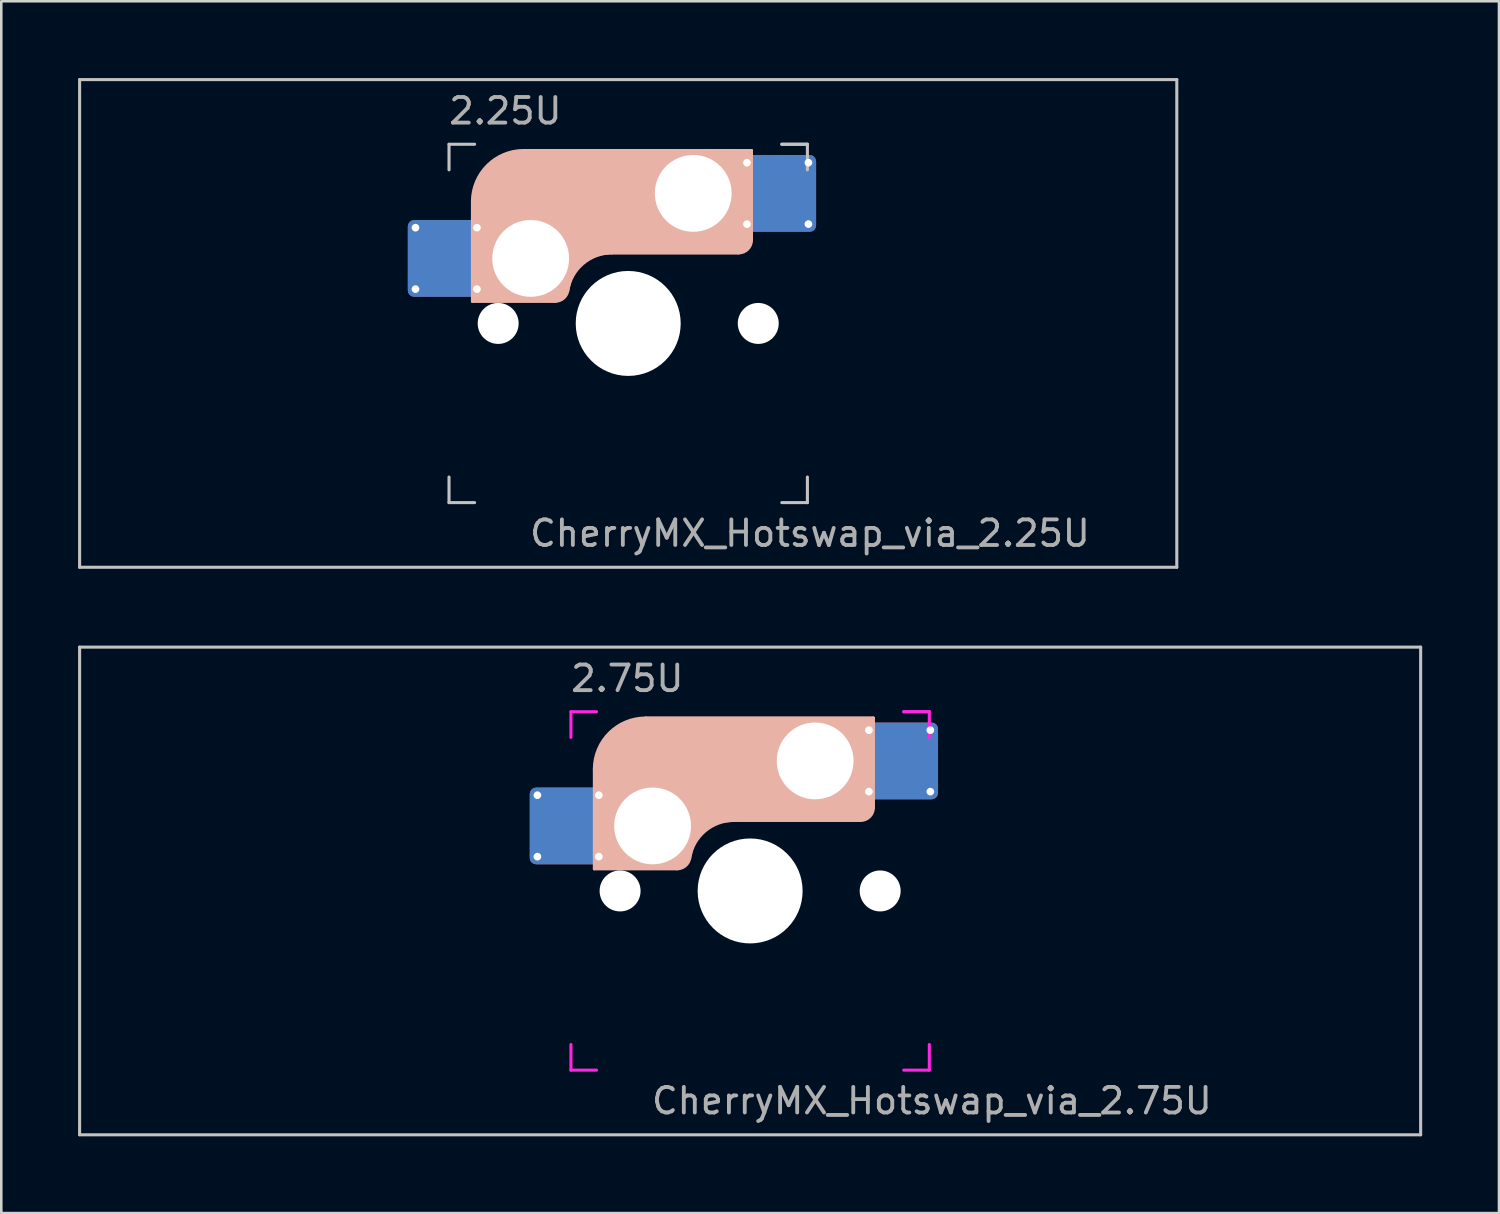
<source format=kicad_pcb>
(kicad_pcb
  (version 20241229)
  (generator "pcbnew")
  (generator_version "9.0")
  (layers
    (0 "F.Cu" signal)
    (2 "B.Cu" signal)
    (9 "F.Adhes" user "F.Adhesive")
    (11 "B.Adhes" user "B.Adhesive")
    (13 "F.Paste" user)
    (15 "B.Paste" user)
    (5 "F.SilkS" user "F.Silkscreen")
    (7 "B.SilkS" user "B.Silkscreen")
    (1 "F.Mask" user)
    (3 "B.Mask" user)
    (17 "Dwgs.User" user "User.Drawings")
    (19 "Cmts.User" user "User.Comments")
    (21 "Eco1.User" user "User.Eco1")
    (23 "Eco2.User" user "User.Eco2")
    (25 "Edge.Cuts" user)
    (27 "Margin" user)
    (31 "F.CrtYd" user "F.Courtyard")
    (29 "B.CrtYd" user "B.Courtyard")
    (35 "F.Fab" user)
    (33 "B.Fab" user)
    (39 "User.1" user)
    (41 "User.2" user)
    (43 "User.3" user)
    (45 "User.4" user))
  (footprint "CherryMX_Hotswap_via_2.75U"
    (layer "F.Cu")
    (at 26.254 31.755)
    (property "Reference" "CherryMX_Hotswap_via_2.75U" (at 7.1 8.2 0) (layer "F.Fab") (effects (font (size 1 1) (thickness 0.15))))
    (attr through_hole)
    (fp_line (start -8.11 -1.74) (end -8.11 -3.34) (stroke (width 0.12) (type solid)) (layer "B.Mask"))
    (fp_line (start -7.91 -3.54) (end -6.31 -3.54) (stroke (width 0.12) (type solid)) (layer "B.Mask"))
    (fp_line (start -6.31 -1.54) (end -7.91 -1.54) (stroke (width 0.12) (type solid)) (layer "B.Mask"))
    (fp_line (start -6.11 -3.34) (end -6.11 -1.74) (stroke (width 0.12) (type solid)) (layer "B.Mask"))
    (fp_line (start 4.84 -5.88) (end 4.84 -4.28) (stroke (width 0.12) (type solid)) (layer "B.Mask"))
    (fp_line (start 5.04 -6.08) (end 6.64 -6.08) (stroke (width 0.12) (type solid)) (layer "B.Mask"))
    (fp_line (start 5.04 -4.08) (end 6.64 -4.08) (stroke (width 0.12) (type solid)) (layer "B.Mask"))
    (fp_line (start 6.84 -4.28) (end 6.84 -5.88) (stroke (width 0.12) (type solid)) (layer "B.Mask"))
    (fp_arc (start -8.11 -3.34) (mid -8.051421 -3.481421) (end -7.91 -3.54) (stroke (width 0.12) (type solid)) (layer "B.Mask"))
    (fp_arc (start -7.91 -1.54) (mid -8.051421 -1.598579) (end -8.11 -1.74) (stroke (width 0.12) (type solid)) (layer "B.Mask"))
    (fp_arc (start -6.31 -3.54) (mid -6.168579 -3.481421) (end -6.11 -3.34) (stroke (width 0.12) (type solid)) (layer "B.Mask"))
    (fp_arc (start -6.11 -1.74) (mid -6.168579 -1.598579) (end -6.31 -1.54) (stroke (width 0.12) (type solid)) (layer "B.Mask"))
    (fp_arc (start 4.84 -5.88) (mid 4.898579 -6.021421) (end 5.04 -6.08) (stroke (width 0.12) (type solid)) (layer "B.Mask"))
    (fp_arc (start 5.04 -4.08) (mid 4.898579 -4.138579) (end 4.84 -4.28) (stroke (width 0.12) (type solid)) (layer "B.Mask"))
    (fp_arc (start 6.64 -6.08) (mid 6.781421 -6.021421) (end 6.84 -5.88) (stroke (width 0.12) (type solid)) (layer "B.Mask"))
    (fp_arc (start 6.84 -4.28) (mid 6.781421 -4.138579) (end 6.64 -4.08) (stroke (width 0.12) (type solid)) (layer "B.Mask"))
    (fp_poly (pts (xy -6.11 -3.34) (xy -6.11 -1.74) (xy -6.31 -1.54) (xy -7.91 -1.54) (xy -8.11 -1.74) (xy -8.11 -3.34) (xy -7.91 -3.54) (xy -6.31 -3.54)) (stroke (width 0.1) (type solid)) (fill yes) (layer "B.Mask"))
    (fp_poly (pts (xy 6.84 -5.88) (xy 6.84 -4.28) (xy 6.64 -4.08) (xy 5.04 -4.08) (xy 4.84 -4.28) (xy 4.84 -5.88) (xy 5.04 -6.08) (xy 6.64 -6.08)) (stroke (width 0.1) (type solid)) (fill yes) (layer "B.Mask"))
    (fp_line (start -6.085 -0.865) (end -6.085 -4.755) (stroke (width 0.12) (type solid)) (layer "B.SilkS"))
    (fp_line (start -4.085 -6.755) (end 4.815 -6.755) (stroke (width 0.12) (type solid)) (layer "B.SilkS"))
    (fp_line (start -2.852 -0.865) (end -6.085 -0.865) (stroke (width 0.12) (type solid)) (layer "B.SilkS"))
    (fp_line (start -0.635 -2.755) (end 4.315 -2.755) (stroke (width 0.12) (type solid)) (layer "B.SilkS"))
    (fp_line (start 4.815 -6.755) (end 4.815 -3.255) (stroke (width 0.12) (type solid)) (layer "B.SilkS"))
    (fp_arc (start -6.085 -4.755) (mid -5.499214 -6.169214) (end -4.085 -6.755) (stroke (width 0.12) (type solid)) (layer "B.SilkS"))
    (fp_arc (start -2.360959 -1.278326) (mid -1.770727 -2.335454) (end -0.635 -2.755) (stroke (width 0.12) (type solid)) (layer "B.SilkS"))
    (fp_arc (start -2.36 -1.278176) (mid -2.53101 -0.981978) (end -2.852404 -0.865) (stroke (width 0.12) (type solid)) (layer "B.SilkS"))
    (fp_arc (start 4.815 -3.255) (mid 4.668553 -2.901447) (end 4.315 -2.755) (stroke (width 0.12) (type solid)) (layer "B.SilkS"))
    (fp_poly (pts (xy 4.815 -3.255) (xy 4.633 -2.937) (xy 4.315 -2.755) (xy -0.635 -2.755) (xy -1.259 -2.696) (xy -1.805 -2.376) (xy -2.207 -1.885) (xy -2.361 -1.278) (xy -2.563 -1.02) (xy -2.852 -0.865) (xy -6.085 -0.865) (xy -6.085 -4.755) (xy -5.887 -5.501) (xy -5.464 -6.134) (xy -4.831 -6.557) (xy -4.085 -6.755) (xy 4.815 -6.755)) (stroke (width 0.1) (type solid)) (fill yes) (layer "B.SilkS"))
    (fp_line (start -8.11 -1.74) (end -8.11 -3.34) (stroke (width 0.12) (type solid)) (layer "B.Paste"))
    (fp_line (start -7.91 -3.54) (end -6.31 -3.54) (stroke (width 0.12) (type solid)) (layer "B.Paste"))
    (fp_line (start -6.31 -1.54) (end -7.91 -1.54) (stroke (width 0.12) (type solid)) (layer "B.Paste"))
    (fp_line (start -6.11 -3.34) (end -6.11 -1.74) (stroke (width 0.12) (type solid)) (layer "B.Paste"))
    (fp_line (start 4.84 -5.88) (end 4.84 -4.28) (stroke (width 0.12) (type solid)) (layer "B.Paste"))
    (fp_line (start 5.04 -6.08) (end 6.64 -6.08) (stroke (width 0.12) (type solid)) (layer "B.Paste"))
    (fp_line (start 5.04 -4.08) (end 6.64 -4.08) (stroke (width 0.12) (type solid)) (layer "B.Paste"))
    (fp_line (start 6.84 -4.28) (end 6.84 -5.88) (stroke (width 0.12) (type solid)) (layer "B.Paste"))
    (fp_arc (start -8.11 -3.34) (mid -8.051421 -3.481421) (end -7.91 -3.54) (stroke (width 0.12) (type solid)) (layer "B.Paste"))
    (fp_arc (start -7.91 -1.54) (mid -8.051421 -1.598579) (end -8.11 -1.74) (stroke (width 0.12) (type solid)) (layer "B.Paste"))
    (fp_arc (start -6.31 -3.54) (mid -6.168579 -3.481421) (end -6.11 -3.34) (stroke (width 0.12) (type solid)) (layer "B.Paste"))
    (fp_arc (start -6.11 -1.74) (mid -6.168579 -1.598579) (end -6.31 -1.54) (stroke (width 0.12) (type solid)) (layer "B.Paste"))
    (fp_arc (start 4.84 -5.88) (mid 4.898579 -6.021421) (end 5.04 -6.08) (stroke (width 0.12) (type solid)) (layer "B.Paste"))
    (fp_arc (start 5.04 -4.08) (mid 4.898579 -4.138579) (end 4.84 -4.28) (stroke (width 0.12) (type solid)) (layer "B.Paste"))
    (fp_arc (start 6.64 -6.08) (mid 6.781421 -6.021421) (end 6.84 -5.88) (stroke (width 0.12) (type solid)) (layer "B.Paste"))
    (fp_arc (start 6.84 -4.28) (mid 6.781421 -4.138579) (end 6.64 -4.08) (stroke (width 0.12) (type solid)) (layer "B.Paste"))
    (fp_poly (pts (xy -6.11 -3.34) (xy -6.11 -1.74) (xy -6.31 -1.54) (xy -7.91 -1.54) (xy -8.11 -1.74) (xy -8.11 -3.34) (xy -7.91 -3.54) (xy -6.31 -3.54)) (stroke (width 0.1) (type solid)) (fill yes) (layer "B.Paste"))
    (fp_poly (pts (xy 6.84 -5.88) (xy 6.84 -4.28) (xy 6.64 -4.08) (xy 5.04 -4.08) (xy 4.84 -4.28) (xy 4.84 -5.88) (xy 5.04 -6.08) (xy 6.64 -6.08)) (stroke (width 0.1) (type solid)) (fill yes) (layer "B.Paste"))
    (fp_line (start -26.194 -9.525) (end 26.194 -9.525) (stroke (width 0.12) (type solid)) (layer "Dwgs.User"))
    (fp_line (start -26.194 9.525) (end -26.194 -9.525) (stroke (width 0.12) (type solid)) (layer "Dwgs.User"))
    (fp_line (start 26.194 -9.525) (end 26.194 9.525) (stroke (width 0.12) (type solid)) (layer "Dwgs.User"))
    (fp_line (start 26.194 9.525) (end -26.194 9.525) (stroke (width 0.12) (type solid)) (layer "Dwgs.User"))
    (fp_line (start -7 -7) (end -7 -6) (stroke (width 0.12) (type solid)) (layer "F.CrtYd"))
    (fp_line (start -7 -7) (end -6 -7) (stroke (width 0.12) (type solid)) (layer "F.CrtYd"))
    (fp_line (start -7 7) (end -7 6) (stroke (width 0.12) (type solid)) (layer "F.CrtYd"))
    (fp_line (start -7 7) (end -6 7) (stroke (width 0.12) (type solid)) (layer "F.CrtYd"))
    (fp_line (start 6 -7) (end 7 -7) (stroke (width 0.12) (type solid)) (layer "F.CrtYd"))
    (fp_line (start 7 -7) (end 6 -7) (stroke (width 0.12) (type solid)) (layer "F.CrtYd"))
    (fp_line (start 7 -7) (end 7 -6) (stroke (width 0.12) (type solid)) (layer "F.CrtYd"))
    (fp_line (start 7 7) (end 6 7) (stroke (width 0.12) (type solid)) (layer "F.CrtYd"))
    (fp_line (start 7 7) (end 7 6) (stroke (width 0.12) (type solid)) (layer "F.CrtYd"))
    (fp_text user "2.75U" (at -4.8 -8.3 0) (layer "F.Fab") (effects (font (size 1 1) (thickness 0.15))))
    (pad "" np_thru_hole circle (at -5.08 0) (size 1.6 1.6) (drill 1.6) (layers "*.Cu" "*.Mask"))
    (pad "" np_thru_hole circle (at -3.81 -2.54) (size 3 3) (drill 3) (layers "*.Cu" "*.Mask"))
    (pad "" np_thru_hole circle (at 0 0) (size 4.1 4.1) (drill 4.1) (layers "*.Cu" "*.Mask"))
    (pad "" np_thru_hole circle (at 2.54 -5.08) (size 3 3) (drill 3) (layers "*.Cu" "*.Mask"))
    (pad "" np_thru_hole circle (at 5.08 0) (size 1.6 1.6) (drill 1.6) (layers "*.Cu" "*.Mask"))
    (pad "1" thru_hole circle (at -8.31 -3.74) (size 0.5 0.5) (drill 0.3) (layers "*.Cu"))
    (pad "1" thru_hole circle (at -8.31 -1.34) (size 0.5 0.5) (drill 0.3) (layers "*.Cu"))
    (pad "1" smd roundrect (at -7.11 -2.54) (size 3 3) (layers "F.Cu") (roundrect_rratio 0.083))
    (pad "1" smd roundrect (at -7.11 -2.54 180) (size 3 3) (layers "B.Cu") (roundrect_rratio 0.083))
    (pad "1" thru_hole circle (at -5.91 -3.74) (size 0.5 0.5) (drill 0.3) (layers "*.Cu"))
    (pad "1" thru_hole circle (at -5.91 -1.34) (size 0.5 0.5) (drill 0.3) (layers "*.Cu"))
    (pad "2" thru_hole circle (at 4.64 -6.28 180) (size 0.5 0.5) (drill 0.3) (layers "*.Cu"))
    (pad "2" thru_hole circle (at 4.64 -3.88 180) (size 0.5 0.5) (drill 0.3) (layers "*.Cu"))
    (pad "2" smd roundrect (at 5.84 -5.08 180) (size 3 3) (layers "F.Cu") (roundrect_rratio 0.083))
    (pad "2" smd roundrect (at 5.84 -5.08 180) (size 3 3) (layers "B.Cu") (roundrect_rratio 0.083))
    (pad "2" thru_hole circle (at 7.04 -6.28 180) (size 0.5 0.5) (drill 0.3) (layers "*.Cu"))
    (pad "2" thru_hole circle (at 7.04 -3.88 180) (size 0.5 0.5) (drill 0.3) (layers "*.Cu")))
  (footprint "CherryMX_Hotswap_via_2.25U"
    (layer "F.Cu")
    (at 21.491 9.585)
    (property "Reference" "CherryMX_Hotswap_via_2.25U" (at 7.1 8.2 0) (layer "F.Fab") (effects (font (size 1 1) (thickness 0.15))))
    (attr through_hole)
    (fp_line (start -8.11 -1.74) (end -8.11 -3.34) (stroke (width 0.12) (type solid)) (layer "B.Mask"))
    (fp_line (start -7.91 -3.54) (end -6.31 -3.54) (stroke (width 0.12) (type solid)) (layer "B.Mask"))
    (fp_line (start -6.31 -1.54) (end -7.91 -1.54) (stroke (width 0.12) (type solid)) (layer "B.Mask"))
    (fp_line (start -6.11 -3.34) (end -6.11 -1.74) (stroke (width 0.12) (type solid)) (layer "B.Mask"))
    (fp_line (start 4.84 -5.88) (end 4.84 -4.28) (stroke (width 0.12) (type solid)) (layer "B.Mask"))
    (fp_line (start 5.04 -6.08) (end 6.64 -6.08) (stroke (width 0.12) (type solid)) (layer "B.Mask"))
    (fp_line (start 5.04 -4.08) (end 6.64 -4.08) (stroke (width 0.12) (type solid)) (layer "B.Mask"))
    (fp_line (start 6.84 -4.28) (end 6.84 -5.88) (stroke (width 0.12) (type solid)) (layer "B.Mask"))
    (fp_arc (start -8.11 -3.34) (mid -8.051421 -3.481421) (end -7.91 -3.54) (stroke (width 0.12) (type solid)) (layer "B.Mask"))
    (fp_arc (start -7.91 -1.54) (mid -8.051421 -1.598579) (end -8.11 -1.74) (stroke (width 0.12) (type solid)) (layer "B.Mask"))
    (fp_arc (start -6.31 -3.54) (mid -6.168579 -3.481421) (end -6.11 -3.34) (stroke (width 0.12) (type solid)) (layer "B.Mask"))
    (fp_arc (start -6.11 -1.74) (mid -6.168579 -1.598579) (end -6.31 -1.54) (stroke (width 0.12) (type solid)) (layer "B.Mask"))
    (fp_arc (start 4.84 -5.88) (mid 4.898579 -6.021421) (end 5.04 -6.08) (stroke (width 0.12) (type solid)) (layer "B.Mask"))
    (fp_arc (start 5.04 -4.08) (mid 4.898579 -4.138579) (end 4.84 -4.28) (stroke (width 0.12) (type solid)) (layer "B.Mask"))
    (fp_arc (start 6.64 -6.08) (mid 6.781421 -6.021421) (end 6.84 -5.88) (stroke (width 0.12) (type solid)) (layer "B.Mask"))
    (fp_arc (start 6.84 -4.28) (mid 6.781421 -4.138579) (end 6.64 -4.08) (stroke (width 0.12) (type solid)) (layer "B.Mask"))
    (fp_poly (pts (xy -6.11 -3.34) (xy -6.11 -1.74) (xy -6.31 -1.54) (xy -7.91 -1.54) (xy -8.11 -1.74) (xy -8.11 -3.34) (xy -7.91 -3.54) (xy -6.31 -3.54)) (stroke (width 0.1) (type solid)) (fill yes) (layer "B.Mask"))
    (fp_poly (pts (xy 6.84 -5.88) (xy 6.84 -4.28) (xy 6.64 -4.08) (xy 5.04 -4.08) (xy 4.84 -4.28) (xy 4.84 -5.88) (xy 5.04 -6.08) (xy 6.64 -6.08)) (stroke (width 0.1) (type solid)) (fill yes) (layer "B.Mask"))
    (fp_line (start -6.085 -0.865) (end -6.085 -4.755) (stroke (width 0.12) (type solid)) (layer "B.SilkS"))
    (fp_line (start -4.085 -6.755) (end 4.815 -6.755) (stroke (width 0.12) (type solid)) (layer "B.SilkS"))
    (fp_line (start -2.852 -0.865) (end -6.085 -0.865) (stroke (width 0.12) (type solid)) (layer "B.SilkS"))
    (fp_line (start -0.635 -2.755) (end 4.315 -2.755) (stroke (width 0.12) (type solid)) (layer "B.SilkS"))
    (fp_line (start 4.815 -6.755) (end 4.815 -3.255) (stroke (width 0.12) (type solid)) (layer "B.SilkS"))
    (fp_arc (start -6.085 -4.755) (mid -5.499214 -6.169214) (end -4.085 -6.755) (stroke (width 0.12) (type solid)) (layer "B.SilkS"))
    (fp_arc (start -2.360959 -1.278326) (mid -1.770727 -2.335454) (end -0.635 -2.755) (stroke (width 0.12) (type solid)) (layer "B.SilkS"))
    (fp_arc (start -2.36 -1.278176) (mid -2.53101 -0.981978) (end -2.852404 -0.865) (stroke (width 0.12) (type solid)) (layer "B.SilkS"))
    (fp_arc (start 4.815 -3.255) (mid 4.668553 -2.901447) (end 4.315 -2.755) (stroke (width 0.12) (type solid)) (layer "B.SilkS"))
    (fp_poly (pts (xy 4.815 -3.255) (xy 4.633 -2.937) (xy 4.315 -2.755) (xy -0.635 -2.755) (xy -1.259 -2.696) (xy -1.805 -2.376) (xy -2.207 -1.885) (xy -2.361 -1.278) (xy -2.563 -1.02) (xy -2.852 -0.865) (xy -6.085 -0.865) (xy -6.085 -4.755) (xy -5.887 -5.501) (xy -5.464 -6.134) (xy -4.831 -6.557) (xy -4.085 -6.755) (xy 4.815 -6.755)) (stroke (width 0.1) (type solid)) (fill yes) (layer "B.SilkS"))
    (fp_line (start -8.11 -1.74) (end -8.11 -3.34) (stroke (width 0.12) (type solid)) (layer "B.Paste"))
    (fp_line (start -7.91 -3.54) (end -6.31 -3.54) (stroke (width 0.12) (type solid)) (layer "B.Paste"))
    (fp_line (start -6.31 -1.54) (end -7.91 -1.54) (stroke (width 0.12) (type solid)) (layer "B.Paste"))
    (fp_line (start -6.11 -3.34) (end -6.11 -1.74) (stroke (width 0.12) (type solid)) (layer "B.Paste"))
    (fp_line (start 4.84 -5.88) (end 4.84 -4.28) (stroke (width 0.12) (type solid)) (layer "B.Paste"))
    (fp_line (start 5.04 -6.08) (end 6.64 -6.08) (stroke (width 0.12) (type solid)) (layer "B.Paste"))
    (fp_line (start 5.04 -4.08) (end 6.64 -4.08) (stroke (width 0.12) (type solid)) (layer "B.Paste"))
    (fp_line (start 6.84 -4.28) (end 6.84 -5.88) (stroke (width 0.12) (type solid)) (layer "B.Paste"))
    (fp_arc (start -8.11 -3.34) (mid -8.051421 -3.481421) (end -7.91 -3.54) (stroke (width 0.12) (type solid)) (layer "B.Paste"))
    (fp_arc (start -7.91 -1.54) (mid -8.051421 -1.598579) (end -8.11 -1.74) (stroke (width 0.12) (type solid)) (layer "B.Paste"))
    (fp_arc (start -6.31 -3.54) (mid -6.168579 -3.481421) (end -6.11 -3.34) (stroke (width 0.12) (type solid)) (layer "B.Paste"))
    (fp_arc (start -6.11 -1.74) (mid -6.168579 -1.598579) (end -6.31 -1.54) (stroke (width 0.12) (type solid)) (layer "B.Paste"))
    (fp_arc (start 4.84 -5.88) (mid 4.898579 -6.021421) (end 5.04 -6.08) (stroke (width 0.12) (type solid)) (layer "B.Paste"))
    (fp_arc (start 5.04 -4.08) (mid 4.898579 -4.138579) (end 4.84 -4.28) (stroke (width 0.12) (type solid)) (layer "B.Paste"))
    (fp_arc (start 6.64 -6.08) (mid 6.781421 -6.021421) (end 6.84 -5.88) (stroke (width 0.12) (type solid)) (layer "B.Paste"))
    (fp_arc (start 6.84 -4.28) (mid 6.781421 -4.138579) (end 6.64 -4.08) (stroke (width 0.12) (type solid)) (layer "B.Paste"))
    (fp_poly (pts (xy -6.11 -3.34) (xy -6.11 -1.74) (xy -6.31 -1.54) (xy -7.91 -1.54) (xy -8.11 -1.74) (xy -8.11 -3.34) (xy -7.91 -3.54) (xy -6.31 -3.54)) (stroke (width 0.1) (type solid)) (fill yes) (layer "B.Paste"))
    (fp_poly (pts (xy 6.84 -5.88) (xy 6.84 -4.28) (xy 6.64 -4.08) (xy 5.04 -4.08) (xy 4.84 -4.28) (xy 4.84 -5.88) (xy 5.04 -6.08) (xy 6.64 -6.08)) (stroke (width 0.1) (type solid)) (fill yes) (layer "B.Paste"))
    (fp_line (start -21.431 -9.525) (end 21.431 -9.525) (stroke (width 0.12) (type solid)) (layer "Dwgs.User"))
    (fp_line (start -21.431 9.525) (end -21.431 -9.525) (stroke (width 0.12) (type solid)) (layer "Dwgs.User"))
    (fp_line (start -7 -7) (end -7 -6) (stroke (width 0.12) (type solid)) (layer "Dwgs.User"))
    (fp_line (start -7 -7) (end -6 -7) (stroke (width 0.12) (type solid)) (layer "Dwgs.User"))
    (fp_line (start -7 7) (end -7 6) (stroke (width 0.12) (type solid)) (layer "Dwgs.User"))
    (fp_line (start -7 7) (end -6 7) (stroke (width 0.12) (type solid)) (layer "Dwgs.User"))
    (fp_line (start 6 -7) (end 7 -7) (stroke (width 0.12) (type solid)) (layer "Dwgs.User"))
    (fp_line (start 7 -7) (end 6 -7) (stroke (width 0.12) (type solid)) (layer "Dwgs.User"))
    (fp_line (start 7 -7) (end 7 -6) (stroke (width 0.12) (type solid)) (layer "Dwgs.User"))
    (fp_line (start 7 7) (end 6 7) (stroke (width 0.12) (type solid)) (layer "Dwgs.User"))
    (fp_line (start 7 7) (end 7 6) (stroke (width 0.12) (type solid)) (layer "Dwgs.User"))
    (fp_line (start 21.431 -9.525) (end 21.431 9.525) (stroke (width 0.12) (type solid)) (layer "Dwgs.User"))
    (fp_line (start 21.431 9.525) (end -21.431 9.525) (stroke (width 0.12) (type solid)) (layer "Dwgs.User"))
    (fp_text user "2.25U" (at -4.8 -8.3 0) (layer "F.Fab") (effects (font (size 1 1) (thickness 0.15))))
    (pad "" np_thru_hole circle (at -5.08 0) (size 1.6 1.6) (drill 1.6) (layers "*.Cu" "*.Mask"))
    (pad "" np_thru_hole circle (at -3.81 -2.54) (size 3 3) (drill 3) (layers "*.Cu" "*.Mask"))
    (pad "" np_thru_hole circle (at 0 0) (size 4.1 4.1) (drill 4.1) (layers "*.Cu" "*.Mask"))
    (pad "" np_thru_hole circle (at 2.54 -5.08) (size 3 3) (drill 3) (layers "*.Cu" "*.Mask"))
    (pad "" np_thru_hole circle (at 5.08 0) (size 1.6 1.6) (drill 1.6) (layers "*.Cu" "*.Mask"))
    (pad "1" thru_hole circle (at -8.31 -3.74) (size 0.5 0.5) (drill 0.3) (layers "*.Cu"))
    (pad "1" thru_hole circle (at -8.31 -1.34) (size 0.5 0.5) (drill 0.3) (layers "*.Cu"))
    (pad "1" smd roundrect (at -7.11 -2.54) (size 3 3) (layers "F.Cu") (roundrect_rratio 0.083))
    (pad "1" smd roundrect (at -7.11 -2.54 180) (size 3 3) (layers "B.Cu") (roundrect_rratio 0.083))
    (pad "1" thru_hole circle (at -5.91 -3.74) (size 0.5 0.5) (drill 0.3) (layers "*.Cu"))
    (pad "1" thru_hole circle (at -5.91 -1.34) (size 0.5 0.5) (drill 0.3) (layers "*.Cu"))
    (pad "2" thru_hole circle (at 4.64 -6.28 180) (size 0.5 0.5) (drill 0.3) (layers "*.Cu"))
    (pad "2" thru_hole circle (at 4.64 -3.88 180) (size 0.5 0.5) (drill 0.3) (layers "*.Cu"))
    (pad "2" smd roundrect (at 5.84 -5.08 180) (size 3 3) (layers "F.Cu") (roundrect_rratio 0.083))
    (pad "2" smd roundrect (at 5.84 -5.08 180) (size 3 3) (layers "B.Cu") (roundrect_rratio 0.083))
    (pad "2" thru_hole circle (at 7.04 -6.28 180) (size 0.5 0.5) (drill 0.3) (layers "*.Cu"))
    (pad "2" thru_hole circle (at 7.04 -3.88 180) (size 0.5 0.5) (drill 0.3) (layers "*.Cu")))
  (gr_rect
    (start -3 -3)
    (end 55.508 44.34)
    (stroke (width 0.1) (type default))
    (fill no)
    (layer "Edge.Cuts")))
</source>
